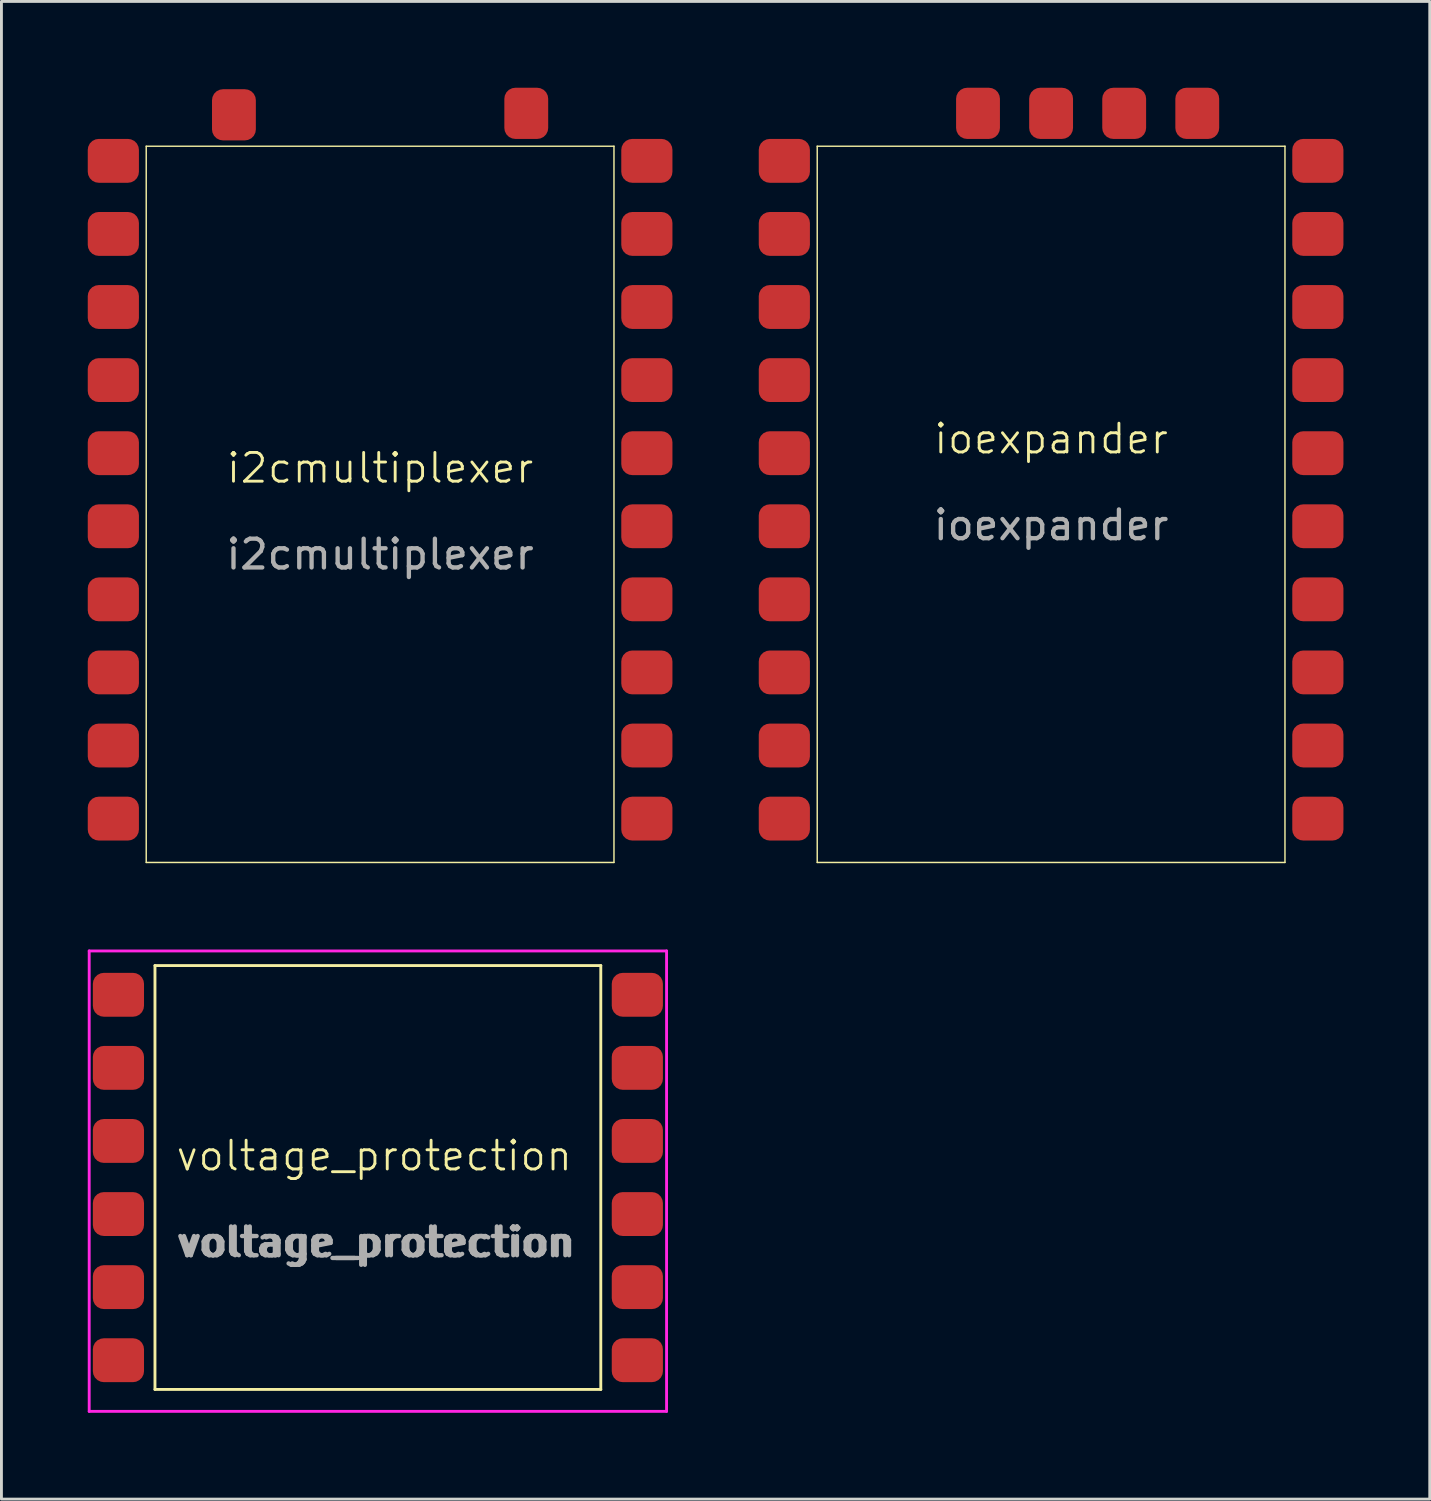
<source format=kicad_pcb>
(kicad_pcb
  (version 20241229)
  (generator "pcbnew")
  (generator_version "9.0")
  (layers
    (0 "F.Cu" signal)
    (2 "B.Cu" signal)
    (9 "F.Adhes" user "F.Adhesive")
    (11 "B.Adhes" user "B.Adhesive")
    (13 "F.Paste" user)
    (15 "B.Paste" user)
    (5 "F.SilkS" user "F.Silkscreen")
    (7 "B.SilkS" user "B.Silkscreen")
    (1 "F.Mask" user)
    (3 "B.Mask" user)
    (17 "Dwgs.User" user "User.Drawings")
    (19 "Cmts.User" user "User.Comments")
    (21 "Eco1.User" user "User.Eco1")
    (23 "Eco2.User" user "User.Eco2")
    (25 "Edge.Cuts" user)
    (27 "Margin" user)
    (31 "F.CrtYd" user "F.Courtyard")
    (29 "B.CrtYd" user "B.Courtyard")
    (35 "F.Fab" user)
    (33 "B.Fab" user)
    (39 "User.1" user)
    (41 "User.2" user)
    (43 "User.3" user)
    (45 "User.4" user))
  (footprint "ioexpander"
    (layer "F.Cu")
    (at 33.48 12.7)
    (property "Reference" "ioexpander" (at 0 -0.5 0) (unlocked yes) (layer "F.SilkS") (effects (font (size 1 1) (thickness 0.1))))
    (attr smd)
    (fp_line (start -8.128 -10.668) (end -8.128 14.224) (stroke (width 0.05) (type default)) (layer "F.SilkS"))
    (fp_line (start -8.128 14.224) (end 8.128 14.224) (stroke (width 0.05) (type default)) (layer "F.SilkS"))
    (fp_line (start 8.128 -10.668) (end -8.128 -10.668) (stroke (width 0.05) (type default)) (layer "F.SilkS"))
    (fp_line (start 8.128 14.224) (end 8.128 -10.668) (stroke (width 0.05) (type default)) (layer "F.SilkS"))
    (fp_text user "${REFERENCE}" (at 0 2.5 0) (unlocked yes) (layer "F.Fab") (effects (font (size 1 1) (thickness 0.15))))
    (pad "1" smd roundrect (at 2.54 -11.811 90) (size 1.778 1.524) (layers "F.Cu" "F.Mask" "F.Paste") (roundrect_rratio 0.25))
    (pad "2" smd roundrect (at 5.08 -11.811 90) (size 1.778 1.524) (layers "F.Cu" "F.Mask" "F.Paste") (roundrect_rratio 0.25))
    (pad "3" smd roundrect (at -2.54 -11.811 90) (size 1.778 1.524) (layers "F.Cu" "F.Mask" "F.Paste") (roundrect_rratio 0.25))
    (pad "4" smd roundrect (at 0 -11.811 90) (size 1.778 1.524) (layers "F.Cu" "F.Mask" "F.Paste") (roundrect_rratio 0.25))
    (pad "5" smd roundrect (at -9.271 -10.16) (size 1.778 1.524) (layers "F.Cu" "F.Mask" "F.Paste") (roundrect_rratio 0.25))
    (pad "6" smd roundrect (at -9.271 -7.62) (size 1.778 1.524) (layers "F.Cu" "F.Mask" "F.Paste") (roundrect_rratio 0.25))
    (pad "7" smd roundrect (at -9.271 -5.08) (size 1.778 1.524) (layers "F.Cu" "F.Mask" "F.Paste") (roundrect_rratio 0.25))
    (pad "8" smd roundrect (at -9.271 -2.54) (size 1.778 1.524) (layers "F.Cu" "F.Mask" "F.Paste") (roundrect_rratio 0.25))
    (pad "9" smd roundrect (at -9.271 5.08) (size 1.778 1.524) (layers "F.Cu" "F.Mask" "F.Paste") (roundrect_rratio 0.25))
    (pad "10" smd roundrect (at -9.271 7.62) (size 1.778 1.524) (layers "F.Cu" "F.Mask" "F.Paste") (roundrect_rratio 0.25))
    (pad "11" smd roundrect (at -9.271 10.16) (size 1.778 1.524) (layers "F.Cu" "F.Mask" "F.Paste") (roundrect_rratio 0.25))
    (pad "12" smd roundrect (at -9.271 12.7) (size 1.778 1.524) (layers "F.Cu" "F.Mask" "F.Paste") (roundrect_rratio 0.25))
    (pad "13" smd roundrect (at 9.271 -10.16) (size 1.778 1.524) (layers "F.Cu" "F.Mask" "F.Paste") (roundrect_rratio 0.25))
    (pad "14" smd roundrect (at 9.271 -7.62) (size 1.778 1.524) (layers "F.Cu" "F.Mask" "F.Paste") (roundrect_rratio 0.25))
    (pad "15" smd roundrect (at 9.271 -5.08) (size 1.778 1.524) (layers "F.Cu" "F.Mask" "F.Paste") (roundrect_rratio 0.25))
    (pad "16" smd roundrect (at 9.271 -2.54) (size 1.778 1.524) (layers "F.Cu" "F.Mask" "F.Paste") (roundrect_rratio 0.25))
    (pad "17" smd roundrect (at 9.271 5.08) (size 1.778 1.524) (layers "F.Cu" "F.Mask" "F.Paste") (roundrect_rratio 0.25))
    (pad "18" smd roundrect (at 9.271 7.62) (size 1.778 1.524) (layers "F.Cu" "F.Mask" "F.Paste") (roundrect_rratio 0.25))
    (pad "19" smd roundrect (at 9.271 10.16) (size 1.778 1.524) (layers "F.Cu" "F.Mask" "F.Paste") (roundrect_rratio 0.25))
    (pad "20" smd roundrect (at 9.271 12.7) (size 1.778 1.524) (layers "F.Cu" "F.Mask" "F.Paste") (roundrect_rratio 0.25))
    (pad "31" smd roundrect (at -9.271 2.54) (size 1.778 1.524) (layers "F.Cu" "F.Mask" "F.Paste") (roundrect_rratio 0.25))
    (pad "32" smd roundrect (at -9.271 0) (size 1.778 1.524) (layers "F.Cu" "F.Mask" "F.Paste") (roundrect_rratio 0.25))
    (pad "41" smd roundrect (at 9.271 0) (size 1.778 1.524) (layers "F.Cu" "F.Mask" "F.Paste") (roundrect_rratio 0.25))
    (pad "42" smd roundrect (at 9.271 2.54) (size 1.778 1.524) (layers "F.Cu" "F.Mask" "F.Paste") (roundrect_rratio 0.25)))
  (footprint "voltage_protection"
    (layer "F.Cu")
    (at 9.956 37.619)
    (property "Reference" "voltage_protection" (at 0 -0.5 0) (unlocked yes) (layer "F.SilkS") (effects (font (size 1 1) (thickness 0.1))))
    (attr smd)
    (fp_line (start -7.62 -7.112) (end -7.62 7.62) (stroke (width 0.1) (type default)) (layer "F.SilkS"))
    (fp_line (start -7.62 7.62) (end 7.874 7.62) (stroke (width 0.1) (type default)) (layer "F.SilkS"))
    (fp_line (start 7.874 -7.112) (end -7.62 -7.112) (stroke (width 0.1) (type default)) (layer "F.SilkS"))
    (fp_line (start 7.874 7.62) (end 7.874 -7.112) (stroke (width 0.1) (type default)) (layer "F.SilkS"))
    (fp_line (start -9.906 -7.62) (end -9.906 8.382) (stroke (width 0.1) (type default)) (layer "F.CrtYd"))
    (fp_line (start -9.906 8.382) (end 10.16 8.382) (stroke (width 0.1) (type default)) (layer "F.CrtYd"))
    (fp_line (start 10.16 -7.62) (end -9.906 -7.62) (stroke (width 0.1) (type default)) (layer "F.CrtYd"))
    (fp_line (start 10.16 8.382) (end 10.16 -7.62) (stroke (width 0.1) (type default)) (layer "F.CrtYd"))
    (fp_text user "${REFERENCE}" (at 0 2.5 0) (unlocked yes) (layer "F.Fab") (effects (font (size 1 1) (thickness 0.15))))
    (fp_text user "${REFERENCE}" (at 0.127 2.5 0) (unlocked yes) (layer "F.Fab") (effects (font (size 1 1) (thickness 0.15))))
    (pad "1" smd roundrect (at -8.89 6.604 180) (size 1.778 1.524) (layers "F.Cu" "F.Mask" "F.Paste") (roundrect_rratio 0.25))
    (pad "2" smd roundrect (at -8.89 4.064 180) (size 1.778 1.524) (layers "F.Cu" "F.Mask" "F.Paste") (roundrect_rratio 0.25))
    (pad "3" smd roundrect (at -8.89 1.524 180) (size 1.778 1.524) (layers "F.Cu" "F.Mask" "F.Paste") (roundrect_rratio 0.25))
    (pad "4" smd roundrect (at -8.89 -1.016 180) (size 1.778 1.524) (layers "F.Cu" "F.Mask" "F.Paste") (roundrect_rratio 0.25))
    (pad "5" smd roundrect (at -8.89 -3.556 180) (size 1.778 1.524) (layers "F.Cu" "F.Mask" "F.Paste") (roundrect_rratio 0.25))
    (pad "6" smd roundrect (at -8.89 -6.096 180) (size 1.778 1.524) (layers "F.Cu" "F.Mask" "F.Paste") (roundrect_rratio 0.25))
    (pad "7" smd roundrect (at 9.144 -6.096 180) (size 1.778 1.524) (layers "F.Cu" "F.Mask" "F.Paste") (roundrect_rratio 0.25))
    (pad "8" smd roundrect (at 9.144 -3.556 180) (size 1.778 1.524) (layers "F.Cu" "F.Mask" "F.Paste") (roundrect_rratio 0.25))
    (pad "9" smd roundrect (at 9.144 -1.016 180) (size 1.778 1.524) (layers "F.Cu" "F.Mask" "F.Paste") (roundrect_rratio 0.25))
    (pad "10" smd roundrect (at 9.144 1.524 180) (size 1.778 1.524) (layers "F.Cu" "F.Mask" "F.Paste") (roundrect_rratio 0.25))
    (pad "11" smd roundrect (at 9.144 4.064 180) (size 1.778 1.524) (layers "F.Cu" "F.Mask" "F.Paste") (roundrect_rratio 0.25))
    (pad "12" smd roundrect (at 9.144 6.604 180) (size 1.778 1.524) (layers "F.Cu" "F.Mask" "F.Paste") (roundrect_rratio 0.25)))
  (footprint "i2cmultiplexer"
    (layer "F.Cu")
    (at 10.16 13.716)
    (property "Reference" "i2cmultiplexer" (at 0 -0.5 0) (unlocked yes) (layer "F.SilkS") (effects (font (size 1 1) (thickness 0.1))))
    (attr smd)
    (fp_line (start -8.128 -11.684) (end 8.128 -11.684) (stroke (width 0.05) (type default)) (layer "F.SilkS"))
    (fp_line (start -8.128 13.208) (end -8.128 -11.684) (stroke (width 0.05) (type default)) (layer "F.SilkS"))
    (fp_line (start 8.128 -11.684) (end 8.128 13.208) (stroke (width 0.05) (type default)) (layer "F.SilkS"))
    (fp_line (start 8.128 13.208) (end -8.128 13.208) (stroke (width 0.05) (type default)) (layer "F.SilkS"))
    (fp_text user "${REFERENCE}" (at 0 2.5 0) (unlocked yes) (layer "F.Fab") (effects (font (size 1 1) (thickness 0.15))))
    (pad "1" smd roundrect (at -5.08 -12.776 90) (size 1.778 1.524) (layers "F.Cu" "F.Mask" "F.Paste") (roundrect_rratio 0.25))
    (pad "2" smd roundrect (at -9.271 -8.636) (size 1.778 1.524) (layers "F.Cu" "F.Mask" "F.Paste") (roundrect_rratio 0.25))
    (pad "2" smd roundrect (at 5.08 -12.827 90) (size 1.778 1.524) (layers "F.Cu" "F.Mask" "F.Paste") (roundrect_rratio 0.25))
    (pad "3" smd roundrect (at 9.271 -11.176) (size 1.778 1.524) (layers "F.Cu" "F.Mask" "F.Paste") (roundrect_rratio 0.25))
    (pad "4" smd roundrect (at 9.271 -8.636) (size 1.778 1.524) (layers "F.Cu" "F.Mask" "F.Paste") (roundrect_rratio 0.25))
    (pad "5" smd roundrect (at -9.271 -11.176) (size 1.778 1.524) (layers "F.Cu" "F.Mask" "F.Paste") (roundrect_rratio 0.25))
    (pad "6" smd roundrect (at -9.271 -6.096) (size 1.778 1.524) (layers "F.Cu" "F.Mask" "F.Paste") (roundrect_rratio 0.25))
    (pad "7" smd roundrect (at -9.271 -3.556) (size 1.778 1.524) (layers "F.Cu" "F.Mask" "F.Paste") (roundrect_rratio 0.25))
    (pad "8" smd roundrect (at -9.271 -1.016) (size 1.778 1.524) (layers "F.Cu" "F.Mask" "F.Paste") (roundrect_rratio 0.25))
    (pad "9" smd roundrect (at -9.271 1.524) (size 1.778 1.524) (layers "F.Cu" "F.Mask" "F.Paste") (roundrect_rratio 0.25))
    (pad "10" smd roundrect (at -9.271 4.064) (size 1.778 1.524) (layers "F.Cu" "F.Mask" "F.Paste") (roundrect_rratio 0.25))
    (pad "11" smd roundrect (at -9.271 6.604) (size 1.778 1.524) (layers "F.Cu" "F.Mask" "F.Paste") (roundrect_rratio 0.25))
    (pad "12" smd roundrect (at -9.271 9.144) (size 1.778 1.524) (layers "F.Cu" "F.Mask" "F.Paste") (roundrect_rratio 0.25))
    (pad "13" smd roundrect (at -9.271 11.684) (size 1.778 1.524) (layers "F.Cu" "F.Mask" "F.Paste") (roundrect_rratio 0.25))
    (pad "14" smd roundrect (at 9.271 -6.096) (size 1.778 1.524) (layers "F.Cu" "F.Mask" "F.Paste") (roundrect_rratio 0.25))
    (pad "15" smd roundrect (at 9.271 -3.556) (size 1.778 1.524) (layers "F.Cu" "F.Mask" "F.Paste") (roundrect_rratio 0.25))
    (pad "16" smd roundrect (at 9.271 -1.016) (size 1.778 1.524) (layers "F.Cu" "F.Mask" "F.Paste") (roundrect_rratio 0.25))
    (pad "17" smd roundrect (at 9.271 1.524) (size 1.778 1.524) (layers "F.Cu" "F.Mask" "F.Paste") (roundrect_rratio 0.25))
    (pad "18" smd roundrect (at 9.271 4.064) (size 1.778 1.524) (layers "F.Cu" "F.Mask" "F.Paste") (roundrect_rratio 0.25))
    (pad "19" smd roundrect (at 9.271 6.604) (size 1.778 1.524) (layers "F.Cu" "F.Mask" "F.Paste") (roundrect_rratio 0.25))
    (pad "20" smd roundrect (at 9.271 9.144) (size 1.778 1.524) (layers "F.Cu" "F.Mask" "F.Paste") (roundrect_rratio 0.25))
    (pad "21" smd roundrect (at 9.271 11.684) (size 1.778 1.524) (layers "F.Cu" "F.Mask" "F.Paste") (roundrect_rratio 0.25)))
  (gr_rect
    (start -3 -3)
    (end 46.64 49.051)
    (stroke (width 0.1) (type default))
    (fill no)
    (layer "Edge.Cuts")))
</source>
